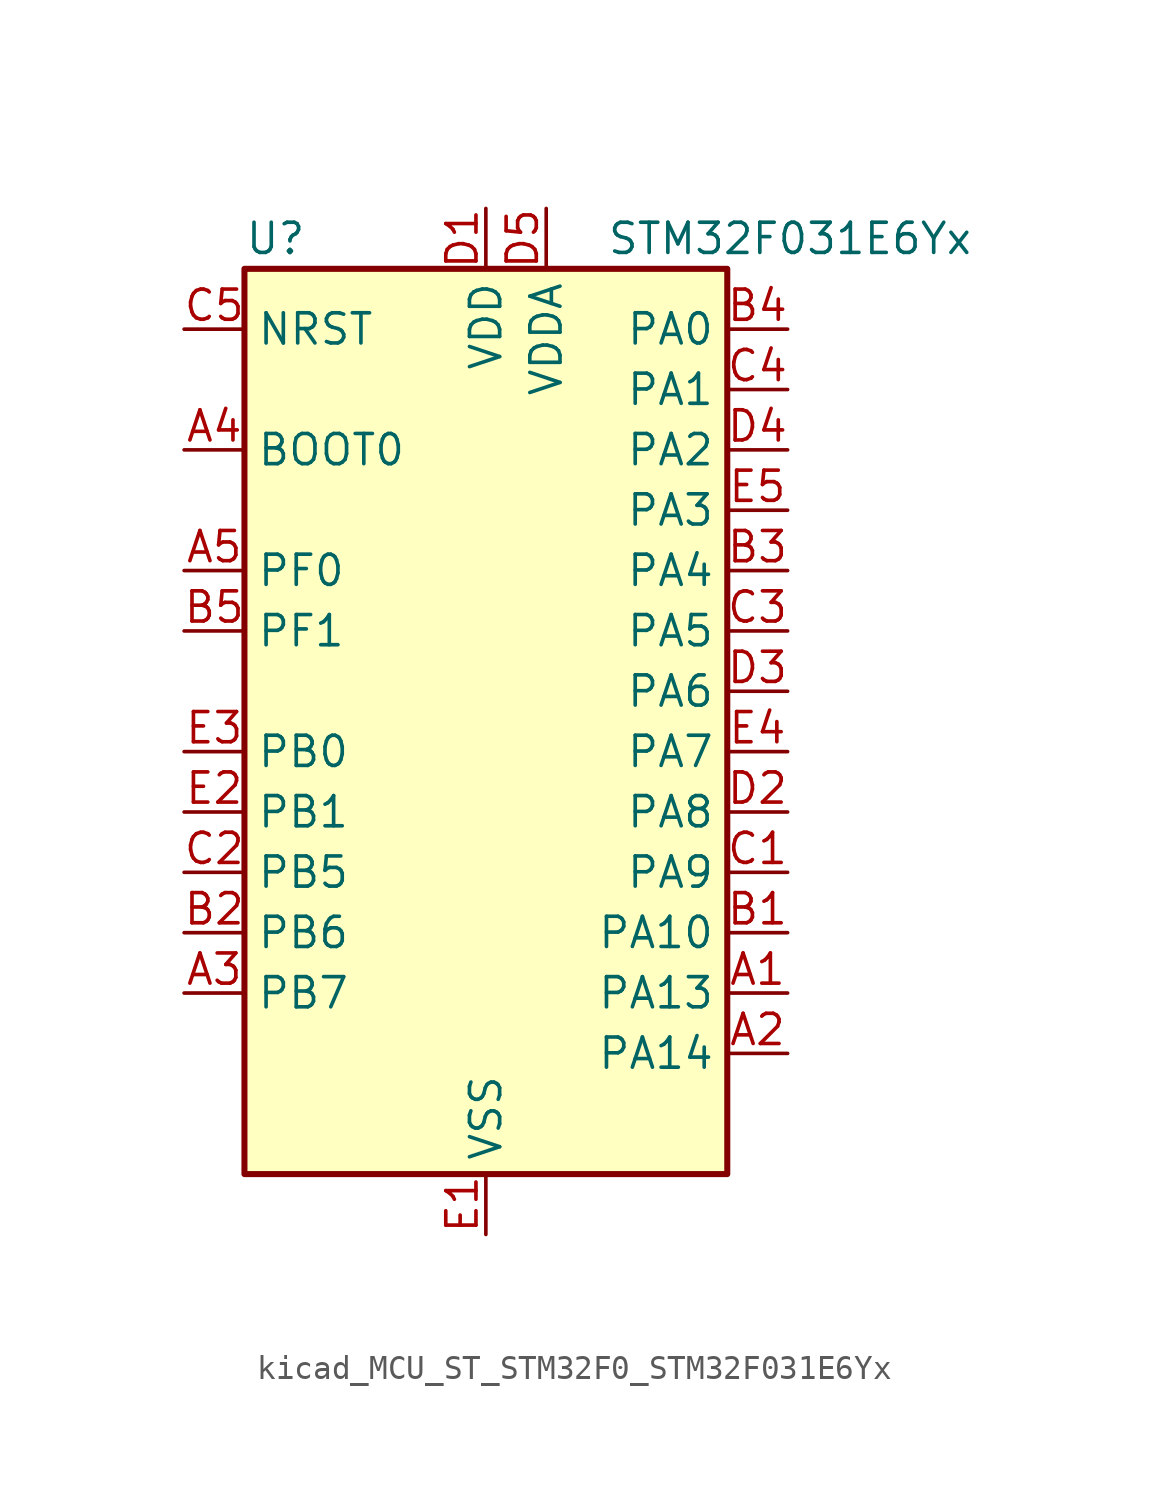
<source format=kicad_sym>
(kicad_symbol_lib
  (version 20220914)
  (generator kicad_symbol_editor)
  (symbol "kicad_MCU_ST_STM32F0_STM32F031E6Yx"
    (property "Reference" "U"
      (at -10.16 21.59 0)
      (effects (font (size 1.27 1.27)) (justify left)))
    (property "Value" "STM32F031E6Yx"
      (at 5.08 21.59 0)
      (effects (font (size 1.27 1.27)) (justify left)))
    (property "ki_locked" ""
      (at 0 0 0)
      (effects (font (size 1.27 1.27))))
    (symbol "kicad_MCU_ST_STM32F0_STM32F031E6Yx_0_1"
      (rectangle (start -10.16 -17.78) (end 10.16 20.32) (stroke (width 0.254) (type default)) (fill (type background))))
    (symbol "kicad_MCU_ST_STM32F0_STM32F031E6Yx_1_1"
      (pin bidirectional line (at 12.7 -10.16 180) (length 2.54) (name "PA13" (effects (font (size 1.27 1.27)))) (number "A1" (effects (font (size 1.27 1.27)))) (alternate "IR_OUT" bidirectional line) (alternate "SYS_SWDIO" bidirectional line))
      (pin bidirectional line (at 12.7 -12.7 180) (length 2.54) (name "PA14" (effects (font (size 1.27 1.27)))) (number "A2" (effects (font (size 1.27 1.27)))) (alternate "SYS_SWCLK" bidirectional line) (alternate "USART1_TX" bidirectional line))
      (pin bidirectional line (at -12.7 -10.16 0) (length 2.54) (name "PB7" (effects (font (size 1.27 1.27)))) (number "A3" (effects (font (size 1.27 1.27)))) (alternate "I2C1_SDA" bidirectional line) (alternate "TIM17_CH1N" bidirectional line) (alternate "USART1_RX" bidirectional line))
      (pin input line (at -12.7 12.7 0) (length 2.54) (name "BOOT0" (effects (font (size 1.27 1.27)))) (number "A4" (effects (font (size 1.27 1.27)))))
      (pin bidirectional line (at -12.7 7.62 0) (length 2.54) (name "PF0" (effects (font (size 1.27 1.27)))) (number "A5" (effects (font (size 1.27 1.27)))) (alternate "RCC_OSC_IN" bidirectional line))
      (pin bidirectional line (at 12.7 -7.62 180) (length 2.54) (name "PA10" (effects (font (size 1.27 1.27)))) (number "B1" (effects (font (size 1.27 1.27)))) (alternate "I2C1_SDA" bidirectional line) (alternate "TIM17_BKIN" bidirectional line) (alternate "TIM1_CH3" bidirectional line) (alternate "USART1_RX" bidirectional line))
      (pin bidirectional line (at -12.7 -7.62 0) (length 2.54) (name "PB6" (effects (font (size 1.27 1.27)))) (number "B2" (effects (font (size 1.27 1.27)))) (alternate "I2C1_SCL" bidirectional line) (alternate "TIM16_CH1N" bidirectional line) (alternate "USART1_TX" bidirectional line))
      (pin bidirectional line (at 12.7 7.62 180) (length 2.54) (name "PA4" (effects (font (size 1.27 1.27)))) (number "B3" (effects (font (size 1.27 1.27)))) (alternate "ADC_IN4" bidirectional line) (alternate "I2S1_WS" bidirectional line) (alternate "SPI1_NSS" bidirectional line) (alternate "TIM14_CH1" bidirectional line) (alternate "USART1_CK" bidirectional line))
      (pin bidirectional line (at 12.7 17.78 180) (length 2.54) (name "PA0" (effects (font (size 1.27 1.27)))) (number "B4" (effects (font (size 1.27 1.27)))) (alternate "ADC_IN0" bidirectional line) (alternate "RTC_TAMP2" bidirectional line) (alternate "SYS_WKUP1" bidirectional line) (alternate "TIM2_CH1" bidirectional line) (alternate "TIM2_ETR" bidirectional line) (alternate "USART1_CTS" bidirectional line))
      (pin bidirectional line (at -12.7 5.08 0) (length 2.54) (name "PF1" (effects (font (size 1.27 1.27)))) (number "B5" (effects (font (size 1.27 1.27)))) (alternate "RCC_OSC_OUT" bidirectional line))
      (pin bidirectional line (at 12.7 -5.08 180) (length 2.54) (name "PA9" (effects (font (size 1.27 1.27)))) (number "C1" (effects (font (size 1.27 1.27)))) (alternate "I2C1_SCL" bidirectional line) (alternate "TIM1_CH2" bidirectional line) (alternate "USART1_TX" bidirectional line))
      (pin bidirectional line (at -12.7 -5.08 0) (length 2.54) (name "PB5" (effects (font (size 1.27 1.27)))) (number "C2" (effects (font (size 1.27 1.27)))) (alternate "I2C1_SMBA" bidirectional line) (alternate "I2S1_SD" bidirectional line) (alternate "SPI1_MOSI" bidirectional line) (alternate "TIM16_BKIN" bidirectional line) (alternate "TIM3_CH2" bidirectional line))
      (pin bidirectional line (at 12.7 5.08 180) (length 2.54) (name "PA5" (effects (font (size 1.27 1.27)))) (number "C3" (effects (font (size 1.27 1.27)))) (alternate "ADC_IN5" bidirectional line) (alternate "I2S1_CK" bidirectional line) (alternate "SPI1_SCK" bidirectional line) (alternate "TIM2_CH1" bidirectional line) (alternate "TIM2_ETR" bidirectional line))
      (pin bidirectional line (at 12.7 15.24 180) (length 2.54) (name "PA1" (effects (font (size 1.27 1.27)))) (number "C4" (effects (font (size 1.27 1.27)))) (alternate "ADC_IN1" bidirectional line) (alternate "TIM2_CH2" bidirectional line) (alternate "USART1_DE" bidirectional line) (alternate "USART1_RTS" bidirectional line))
      (pin input line (at -12.7 17.78 0) (length 2.54) (name "NRST" (effects (font (size 1.27 1.27)))) (number "C5" (effects (font (size 1.27 1.27)))))
      (pin power_in line (at 0 22.86 270) (length 2.54) (name "VDD" (effects (font (size 1.27 1.27)))) (number "D1" (effects (font (size 1.27 1.27)))))
      (pin bidirectional line (at 12.7 -2.54 180) (length 2.54) (name "PA8" (effects (font (size 1.27 1.27)))) (number "D2" (effects (font (size 1.27 1.27)))) (alternate "RCC_MCO" bidirectional line) (alternate "TIM1_CH1" bidirectional line) (alternate "USART1_CK" bidirectional line))
      (pin bidirectional line (at 12.7 2.54 180) (length 2.54) (name "PA6" (effects (font (size 1.27 1.27)))) (number "D3" (effects (font (size 1.27 1.27)))) (alternate "ADC_IN6" bidirectional line) (alternate "I2S1_MCK" bidirectional line) (alternate "SPI1_MISO" bidirectional line) (alternate "TIM16_CH1" bidirectional line) (alternate "TIM1_BKIN" bidirectional line) (alternate "TIM3_CH1" bidirectional line))
      (pin bidirectional line (at 12.7 12.7 180) (length 2.54) (name "PA2" (effects (font (size 1.27 1.27)))) (number "D4" (effects (font (size 1.27 1.27)))) (alternate "ADC_IN2" bidirectional line) (alternate "TIM2_CH3" bidirectional line) (alternate "USART1_TX" bidirectional line))
      (pin power_in line (at 2.54 22.86 270) (length 2.54) (name "VDDA" (effects (font (size 1.27 1.27)))) (number "D5" (effects (font (size 1.27 1.27)))))
      (pin power_in line (at 0 -20.32 90) (length 2.54) (name "VSS" (effects (font (size 1.27 1.27)))) (number "E1" (effects (font (size 1.27 1.27)))))
      (pin bidirectional line (at -12.7 -2.54 0) (length 2.54) (name "PB1" (effects (font (size 1.27 1.27)))) (number "E2" (effects (font (size 1.27 1.27)))) (alternate "ADC_IN9" bidirectional line) (alternate "TIM14_CH1" bidirectional line) (alternate "TIM1_CH3N" bidirectional line) (alternate "TIM3_CH4" bidirectional line))
      (pin bidirectional line (at -12.7 0 0) (length 2.54) (name "PB0" (effects (font (size 1.27 1.27)))) (number "E3" (effects (font (size 1.27 1.27)))) (alternate "ADC_IN8" bidirectional line) (alternate "TIM1_CH2N" bidirectional line) (alternate "TIM3_CH3" bidirectional line))
      (pin bidirectional line (at 12.7 0 180) (length 2.54) (name "PA7" (effects (font (size 1.27 1.27)))) (number "E4" (effects (font (size 1.27 1.27)))) (alternate "ADC_IN7" bidirectional line) (alternate "I2S1_SD" bidirectional line) (alternate "SPI1_MOSI" bidirectional line) (alternate "TIM14_CH1" bidirectional line) (alternate "TIM17_CH1" bidirectional line) (alternate "TIM1_CH1N" bidirectional line) (alternate "TIM3_CH2" bidirectional line))
      (pin bidirectional line (at 12.7 10.16 180) (length 2.54) (name "PA3" (effects (font (size 1.27 1.27)))) (number "E5" (effects (font (size 1.27 1.27)))) (alternate "ADC_IN3" bidirectional line) (alternate "TIM2_CH4" bidirectional line) (alternate "USART1_RX" bidirectional line)))))
</source>
